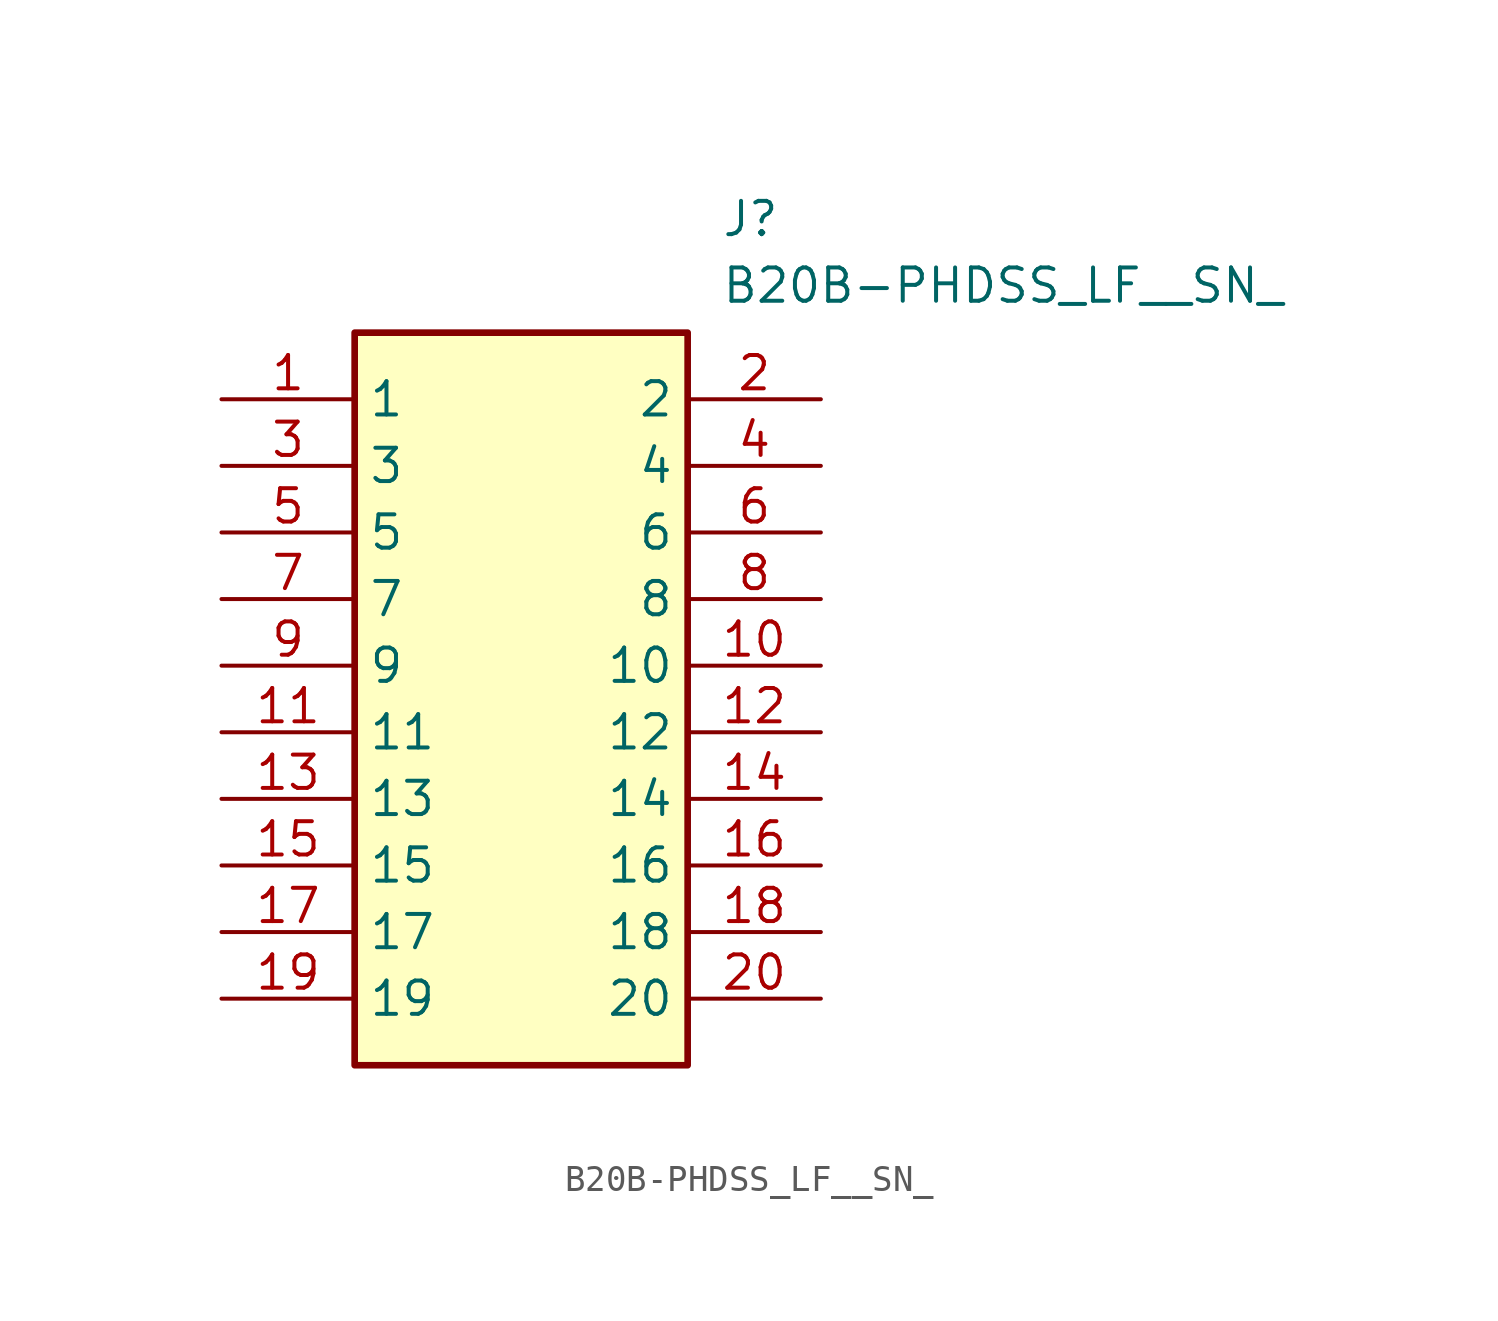
<source format=kicad_sym>
(kicad_symbol_lib
  (version 20211014)
  (generator SamacSys_ECAD_Model)
  (symbol "B20B-PHDSS_LF__SN_"
    (property "Reference" "J"
      (at 19.05 7.62 0)
      (effects (font (size 1.27 1.27)) (justify left top)))
    (property "Value" "B20B-PHDSS_LF__SN_"
      (at 19.05 5.08 0)
      (effects (font (size 1.27 1.27)) (justify left top)))
    (rectangle
      (start 5.08 2.54)
      (end 17.78 -25.4)
      (stroke (width 0.254) (type default))
      (fill (type background)))
    (pin passive line
      (at 0 0 0)
      (length 5.08)
      (name "1" (effects (font (size 1.27 1.27))))
      (number "1" (effects (font (size 1.27 1.27)))))
    (pin passive line
      (at 0 -2.54 0)
      (length 5.08)
      (name "3" (effects (font (size 1.27 1.27))))
      (number "3" (effects (font (size 1.27 1.27)))))
    (pin passive line
      (at 0 -5.08 0)
      (length 5.08)
      (name "5" (effects (font (size 1.27 1.27))))
      (number "5" (effects (font (size 1.27 1.27)))))
    (pin passive line
      (at 0 -7.62 0)
      (length 5.08)
      (name "7" (effects (font (size 1.27 1.27))))
      (number "7" (effects (font (size 1.27 1.27)))))
    (pin passive line
      (at 0 -10.16 0)
      (length 5.08)
      (name "9" (effects (font (size 1.27 1.27))))
      (number "9" (effects (font (size 1.27 1.27)))))
    (pin passive line
      (at 0 -12.7 0)
      (length 5.08)
      (name "11" (effects (font (size 1.27 1.27))))
      (number "11" (effects (font (size 1.27 1.27)))))
    (pin passive line
      (at 0 -15.24 0)
      (length 5.08)
      (name "13" (effects (font (size 1.27 1.27))))
      (number "13" (effects (font (size 1.27 1.27)))))
    (pin passive line
      (at 0 -17.78 0)
      (length 5.08)
      (name "15" (effects (font (size 1.27 1.27))))
      (number "15" (effects (font (size 1.27 1.27)))))
    (pin passive line
      (at 0 -20.32 0)
      (length 5.08)
      (name "17" (effects (font (size 1.27 1.27))))
      (number "17" (effects (font (size 1.27 1.27)))))
    (pin passive line
      (at 0 -22.86 0)
      (length 5.08)
      (name "19" (effects (font (size 1.27 1.27))))
      (number "19" (effects (font (size 1.27 1.27)))))
    (pin passive line
      (at 22.86 0 180)
      (length 5.08)
      (name "2" (effects (font (size 1.27 1.27))))
      (number "2" (effects (font (size 1.27 1.27)))))
    (pin passive line
      (at 22.86 -2.54 180)
      (length 5.08)
      (name "4" (effects (font (size 1.27 1.27))))
      (number "4" (effects (font (size 1.27 1.27)))))
    (pin passive line
      (at 22.86 -5.08 180)
      (length 5.08)
      (name "6" (effects (font (size 1.27 1.27))))
      (number "6" (effects (font (size 1.27 1.27)))))
    (pin passive line
      (at 22.86 -7.62 180)
      (length 5.08)
      (name "8" (effects (font (size 1.27 1.27))))
      (number "8" (effects (font (size 1.27 1.27)))))
    (pin passive line
      (at 22.86 -10.16 180)
      (length 5.08)
      (name "10" (effects (font (size 1.27 1.27))))
      (number "10" (effects (font (size 1.27 1.27)))))
    (pin passive line
      (at 22.86 -12.7 180)
      (length 5.08)
      (name "12" (effects (font (size 1.27 1.27))))
      (number "12" (effects (font (size 1.27 1.27)))))
    (pin passive line
      (at 22.86 -15.24 180)
      (length 5.08)
      (name "14" (effects (font (size 1.27 1.27))))
      (number "14" (effects (font (size 1.27 1.27)))))
    (pin passive line
      (at 22.86 -17.78 180)
      (length 5.08)
      (name "16" (effects (font (size 1.27 1.27))))
      (number "16" (effects (font (size 1.27 1.27)))))
    (pin passive line
      (at 22.86 -20.32 180)
      (length 5.08)
      (name "18" (effects (font (size 1.27 1.27))))
      (number "18" (effects (font (size 1.27 1.27)))))
    (pin passive line
      (at 22.86 -22.86 180)
      (length 5.08)
      (name "20" (effects (font (size 1.27 1.27))))
      (number "20" (effects (font (size 1.27 1.27)))))))
</source>
